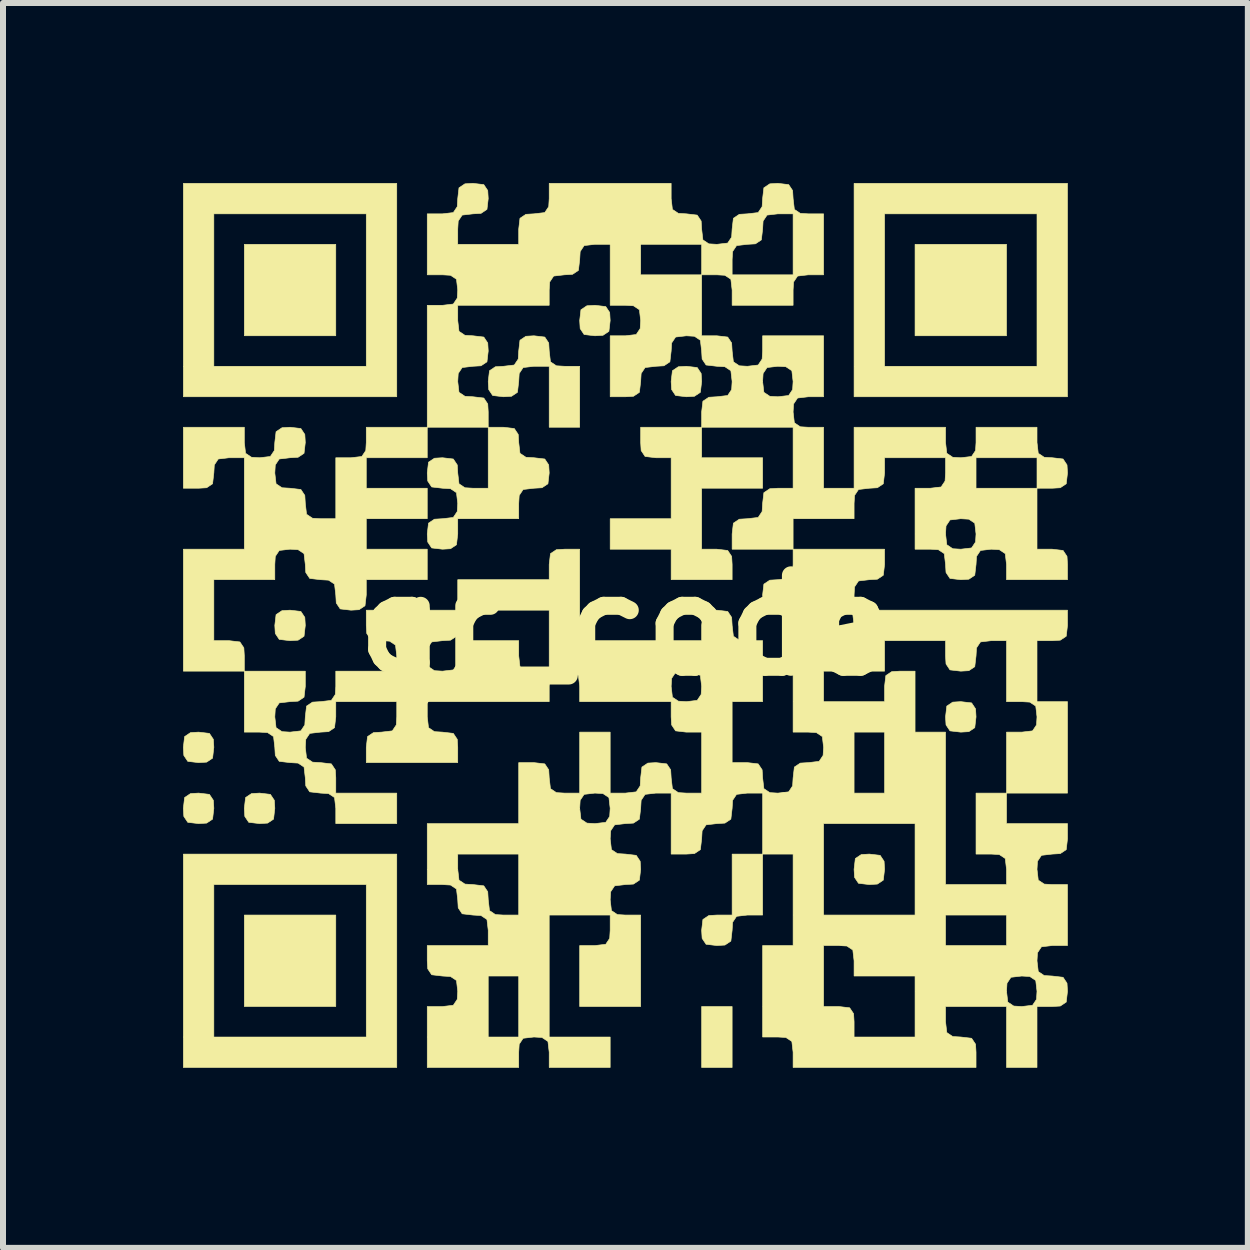
<source format=kicad_pcb>
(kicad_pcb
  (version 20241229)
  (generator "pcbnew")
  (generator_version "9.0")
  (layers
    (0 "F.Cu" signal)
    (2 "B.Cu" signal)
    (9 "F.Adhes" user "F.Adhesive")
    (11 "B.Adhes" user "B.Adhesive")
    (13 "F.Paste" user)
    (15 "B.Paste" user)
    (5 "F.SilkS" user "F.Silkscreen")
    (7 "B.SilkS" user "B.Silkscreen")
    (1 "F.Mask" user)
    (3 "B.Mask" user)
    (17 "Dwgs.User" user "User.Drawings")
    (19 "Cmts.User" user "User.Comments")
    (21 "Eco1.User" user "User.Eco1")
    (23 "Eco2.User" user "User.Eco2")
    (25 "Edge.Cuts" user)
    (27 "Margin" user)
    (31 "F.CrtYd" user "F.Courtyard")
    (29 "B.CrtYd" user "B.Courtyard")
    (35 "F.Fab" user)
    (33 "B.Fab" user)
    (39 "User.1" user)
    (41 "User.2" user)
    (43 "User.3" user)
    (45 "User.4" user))
  (footprint "qr_code"
    (layer "F.Cu")
    (at 7.371 7.371)
    (property "Reference" "qr_code" (at 0 0 0) (layer "F.SilkS") (effects (font (size 1.524 1.524) (thickness 0.3))))
    (attr through_hole)
    (fp_poly (pts (xy -4.826 -4.826) (xy -6.35 -4.826) (xy -6.35 -6.35) (xy -4.826 -6.35) (xy -4.826 -4.826)) (stroke (width 0.01) (type solid)) (fill yes) (layer "F.SilkS"))
    (fp_poly (pts (xy -4.826 6.35) (xy -6.35 6.35) (xy -6.35 4.826) (xy -4.826 4.826) (xy -4.826 6.35)) (stroke (width 0.01) (type solid)) (fill yes) (layer "F.SilkS"))
    (fp_poly (pts (xy 1.778 7.366) (xy 1.27 7.366) (xy 1.27 6.35) (xy 1.778 6.35) (xy 1.778 7.366)) (stroke (width 0.01) (type solid)) (fill yes) (layer "F.SilkS"))
    (fp_poly (pts (xy 6.35 -4.826) (xy 4.826 -4.826) (xy 4.826 -6.35) (xy 6.35 -6.35) (xy 6.35 -4.826)) (stroke (width 0.01) (type solid)) (fill yes) (layer "F.SilkS"))
    (fp_poly (pts (xy -3.81 -3.81) (xy -7.366 -3.81) (xy -7.366 -6.858) (xy -6.858 -6.858) (xy -6.858 -4.318) (xy -4.318 -4.318) (xy -4.318 -6.858) (xy -6.858 -6.858) (xy -7.366 -6.858) (xy -7.366 -7.366) (xy -3.81 -7.366) (xy -3.81 -3.81)) (stroke (width 0.01) (type solid)) (fill yes) (layer "F.SilkS"))
    (fp_poly (pts (xy -3.81 7.366) (xy -7.366 7.366) (xy -7.366 4.318) (xy -6.858 4.318) (xy -6.858 6.858) (xy -4.318 6.858) (xy -4.318 4.318) (xy -6.858 4.318) (xy -7.366 4.318) (xy -7.366 3.81) (xy -3.81 3.81) (xy -3.81 7.366)) (stroke (width 0.01) (type solid)) (fill yes) (layer "F.SilkS"))
    (fp_poly (pts (xy 7.366 -3.81) (xy 3.81 -3.81) (xy 3.81 -6.858) (xy 4.318 -6.858) (xy 4.318 -4.318) (xy 6.858 -4.318) (xy 6.858 -6.858) (xy 4.318 -6.858) (xy 3.81 -6.858) (xy 3.81 -7.366) (xy 7.366 -7.366) (xy 7.366 -3.81)) (stroke (width 0.01) (type solid)) (fill yes) (layer "F.SilkS"))
    (fp_poly (pts (xy -6.932 1.799) (xy -6.866 1.898) (xy -6.858 2.032) (xy -6.879 2.212) (xy -6.978 2.278) (xy -7.112 2.286) (xy -7.292 2.265) (xy -7.358 2.166) (xy -7.366 2.032) (xy -7.345 1.852) (xy -7.246 1.786) (xy -7.112 1.778) (xy -6.932 1.799)) (stroke (width 0.01) (type solid)) (fill yes) (layer "F.SilkS"))
    (fp_poly (pts (xy -6.932 2.815) (xy -6.866 2.914) (xy -6.858 3.048) (xy -6.879 3.228) (xy -6.978 3.294) (xy -7.112 3.302) (xy -7.292 3.281) (xy -7.358 3.182) (xy -7.366 3.048) (xy -7.345 2.868) (xy -7.246 2.802) (xy -7.112 2.794) (xy -6.932 2.815)) (stroke (width 0.01) (type solid)) (fill yes) (layer "F.SilkS"))
    (fp_poly (pts (xy -5.916 2.815) (xy -5.85 2.914) (xy -5.842 3.048) (xy -5.863 3.228) (xy -5.962 3.294) (xy -6.096 3.302) (xy -6.276 3.281) (xy -6.342 3.182) (xy -6.35 3.048) (xy -6.329 2.868) (xy -6.23 2.802) (xy -6.096 2.794) (xy -5.916 2.815)) (stroke (width 0.01) (type solid)) (fill yes) (layer "F.SilkS"))
    (fp_poly (pts (xy -5.408 -0.233) (xy -5.342 -0.134) (xy -5.334 0) (xy -5.355 0.18) (xy -5.454 0.246) (xy -5.588 0.254) (xy -5.768 0.233) (xy -5.834 0.134) (xy -5.842 0) (xy -5.821 -0.18) (xy -5.722 -0.246) (xy -5.588 -0.254) (xy -5.408 -0.233)) (stroke (width 0.01) (type solid)) (fill yes) (layer "F.SilkS"))
    (fp_poly (pts (xy -0.328 -5.313) (xy -0.262 -5.214) (xy -0.254 -5.08) (xy -0.275 -4.9) (xy -0.374 -4.834) (xy -0.508 -4.826) (xy -0.688 -4.847) (xy -0.754 -4.946) (xy -0.762 -5.08) (xy -0.741 -5.26) (xy -0.642 -5.326) (xy -0.508 -5.334) (xy -0.328 -5.313)) (stroke (width 0.01) (type solid)) (fill yes) (layer "F.SilkS"))
    (fp_poly (pts (xy 1.196 -4.297) (xy 1.262 -4.198) (xy 1.27 -4.064) (xy 1.249 -3.884) (xy 1.15 -3.818) (xy 1.016 -3.81) (xy 0.836 -3.831) (xy 0.77 -3.93) (xy 0.762 -4.064) (xy 0.783 -4.244) (xy 0.882 -4.31) (xy 1.016 -4.318) (xy 1.196 -4.297)) (stroke (width 0.01) (type solid)) (fill yes) (layer "F.SilkS"))
    (fp_poly (pts (xy 4.244 3.831) (xy 4.31 3.93) (xy 4.318 4.064) (xy 4.297 4.244) (xy 4.198 4.31) (xy 4.064 4.318) (xy 3.884 4.297) (xy 3.818 4.198) (xy 3.81 4.064) (xy 3.831 3.884) (xy 3.93 3.818) (xy 4.064 3.81) (xy 4.244 3.831)) (stroke (width 0.01) (type solid)) (fill yes) (layer "F.SilkS"))
    (fp_poly (pts (xy 5.768 1.291) (xy 5.834 1.39) (xy 5.842 1.524) (xy 5.821 1.704) (xy 5.722 1.77) (xy 5.588 1.778) (xy 5.408 1.757) (xy 5.342 1.658) (xy 5.334 1.524) (xy 5.355 1.344) (xy 5.454 1.278) (xy 5.588 1.27) (xy 5.768 1.291)) (stroke (width 0.01) (type solid)) (fill yes) (layer "F.SilkS"))
    (fp_poly (pts (xy 2.286 4.826) (xy 2.032 4.826) (xy 1.852 4.847) (xy 1.786 4.946) (xy 1.778 5.08) (xy 1.757 5.26) (xy 1.658 5.326) (xy 1.524 5.334) (xy 1.344 5.313) (xy 1.278 5.214) (xy 1.27 5.08) (xy 1.291 4.9) (xy 1.39 4.834) (xy 1.524 4.826) (xy 1.778 4.826) (xy 1.778 3.81) (xy 2.286 3.81) (xy 2.286 4.826)) (stroke (width 0.01) (type solid)) (fill yes) (layer "F.SilkS"))
    (fp_poly (pts (xy 1.27 -2.794) (xy 2.286 -2.794) (xy 2.286 -2.286) (xy 1.27 -2.286) (xy 1.27 -1.27) (xy 1.524 -1.27) (xy 1.704 -1.249) (xy 1.77 -1.15) (xy 1.778 -1.016) (xy 1.778 -0.762) (xy 0.762 -0.762) (xy 0.762 -1.27) (xy -0.254 -1.27) (xy -0.254 -1.778) (xy 0.762 -1.778) (xy 0.762 -2.794) (xy 0.508 -2.794) (xy 0.328 -2.815) (xy 0.262 -2.914) (xy 0.254 -3.048) (xy 0.254 -3.302) (xy 1.27 -3.302) (xy 1.27 -2.794)) (stroke (width 0.01) (type solid)) (fill yes) (layer "F.SilkS"))
    (fp_poly (pts (xy -1.344 -4.805) (xy -1.278 -4.706) (xy -1.27 -4.572) (xy -1.249 -4.392) (xy -1.15 -4.326) (xy -1.016 -4.318) (xy -0.762 -4.318) (xy -0.762 -3.302) (xy -1.27 -3.302) (xy -1.27 -4.318) (xy -1.524 -4.318) (xy -1.704 -4.297) (xy -1.77 -4.198) (xy -1.778 -4.064) (xy -1.799 -3.884) (xy -1.898 -3.818) (xy -2.032 -3.81) (xy -2.212 -3.831) (xy -2.278 -3.93) (xy -2.286 -4.064) (xy -2.265 -4.244) (xy -2.166 -4.31) (xy -2.032 -4.318) (xy -1.852 -4.339) (xy -1.786 -4.438) (xy -1.778 -4.572) (xy -1.757 -4.752) (xy -1.658 -4.818) (xy -1.524 -4.826) (xy -1.344 -4.805)) (stroke (width 0.01) (type solid)) (fill yes) (layer "F.SilkS"))
    (fp_poly (pts (xy -1.852 -3.281) (xy -1.786 -3.182) (xy -1.778 -3.048) (xy -1.757 -2.868) (xy -1.658 -2.802) (xy -1.524 -2.794) (xy -1.344 -2.773) (xy -1.278 -2.674) (xy -1.27 -2.54) (xy -1.291 -2.36) (xy -1.39 -2.294) (xy -1.524 -2.286) (xy -1.704 -2.265) (xy -1.77 -2.166) (xy -1.778 -2.032) (xy -1.778 -1.778) (xy -2.794 -1.778) (xy -2.794 -1.524) (xy -2.815 -1.344) (xy -2.914 -1.278) (xy -3.048 -1.27) (xy -3.228 -1.291) (xy -3.294 -1.39) (xy -3.302 -1.524) (xy -3.281 -1.704) (xy -3.182 -1.77) (xy -3.048 -1.778) (xy -2.868 -1.799) (xy -2.802 -1.898) (xy -2.794 -2.032) (xy -2.815 -2.212) (xy -2.914 -2.278) (xy -3.048 -2.286) (xy -3.228 -2.307) (xy -3.294 -2.406) (xy -3.302 -2.54) (xy -3.281 -2.72) (xy -3.182 -2.786) (xy -3.048 -2.794) (xy -2.868 -2.773) (xy -2.802 -2.674) (xy -2.794 -2.54) (xy -2.773 -2.36) (xy -2.674 -2.294) (xy -2.54 -2.286) (xy -2.286 -2.286) (xy -2.286 -3.302) (xy -2.032 -3.302) (xy -1.852 -3.281)) (stroke (width 0.01) (type solid)) (fill yes) (layer "F.SilkS"))
    (fp_poly (pts (xy 2.286 2.794) (xy 2.032 2.794) (xy 1.852 2.815) (xy 1.786 2.914) (xy 1.778 3.048) (xy 1.757 3.228) (xy 1.658 3.294) (xy 1.524 3.302) (xy 1.344 3.323) (xy 1.278 3.422) (xy 1.27 3.556) (xy 1.249 3.736) (xy 1.15 3.802) (xy 1.016 3.81) (xy 0.762 3.81) (xy 0.762 2.794) (xy 0.508 2.794) (xy 0.328 2.815) (xy 0.262 2.914) (xy 0.254 3.048) (xy 0.233 3.228) (xy 0.134 3.294) (xy 0 3.302) (xy -0.18 3.323) (xy -0.246 3.422) (xy -0.254 3.556) (xy -0.233 3.736) (xy -0.134 3.802) (xy 0 3.81) (xy 0.18 3.831) (xy 0.246 3.93) (xy 0.254 4.064) (xy 0.233 4.244) (xy 0.134 4.31) (xy 0 4.318) (xy -0.18 4.339) (xy -0.246 4.438) (xy -0.254 4.572) (xy -0.233 4.752) (xy -0.134 4.818) (xy 0 4.826) (xy 0.254 4.826) (xy 0.254 6.35) (xy -0.762 6.35) (xy -0.762 5.334) (xy -0.508 5.334) (xy -0.328 5.313) (xy -0.262 5.214) (xy -0.254 5.08) (xy -0.254 4.826) (xy -1.27 4.826) (xy -1.27 6.858) (xy -0.254 6.858) (xy -0.254 7.366) (xy -1.27 7.366) (xy -1.27 7.112) (xy -1.291 6.932) (xy -1.39 6.866) (xy -1.524 6.858) (xy -1.704 6.879) (xy -1.77 6.978) (xy -1.778 7.112) (xy -1.778 7.366) (xy -3.302 7.366) (xy -3.302 6.35) (xy -3.048 6.35) (xy -2.868 6.329) (xy -2.802 6.23) (xy -2.794 6.096) (xy -2.815 5.916) (xy -2.914 5.85) (xy -3.048 5.842) (xy -2.286 5.842) (xy -2.286 6.858) (xy -1.778 6.858) (xy -1.778 5.842) (xy -2.286 5.842) (xy -3.048 5.842) (xy -3.228 5.821) (xy -3.294 5.722) (xy -3.302 5.588) (xy -3.302 5.334) (xy -2.286 5.334) (xy -2.286 5.08) (xy -2.307 4.9) (xy -2.406 4.834) (xy -2.54 4.826) (xy -2.72 4.805) (xy -2.786 4.706) (xy -2.794 4.572) (xy -2.815 4.392) (xy -2.914 4.326) (xy -3.048 4.318) (xy -3.302 4.318) (xy -3.302 3.81) (xy -2.794 3.81) (xy -2.794 4.064) (xy -2.773 4.244) (xy -2.674 4.31) (xy -2.54 4.318) (xy -2.36 4.339) (xy -2.294 4.438) (xy -2.286 4.572) (xy -2.265 4.752) (xy -2.166 4.818) (xy -2.032 4.826) (xy -1.778 4.826) (xy -1.778 3.81) (xy -2.794 3.81) (xy -3.302 3.81) (xy -3.302 3.302) (xy -1.778 3.302) (xy -1.778 3.048) (xy -0.762 3.048) (xy -0.741 3.228) (xy -0.642 3.294) (xy -0.508 3.302) (xy -0.328 3.281) (xy -0.262 3.182) (xy -0.254 3.048) (xy -0.275 2.868) (xy -0.374 2.802) (xy -0.508 2.794) (xy -0.688 2.815) (xy -0.754 2.914) (xy -0.762 3.048) (xy -1.778 3.048) (xy -1.778 2.286) (xy -1.524 2.286) (xy -1.344 2.307) (xy -1.278 2.406) (xy -1.27 2.54) (xy -1.249 2.72) (xy -1.15 2.786) (xy -1.016 2.794) (xy -0.762 2.794) (xy -0.762 1.778) (xy -0.254 1.778) (xy -0.254 2.794) (xy 0 2.794) (xy 0.18 2.773) (xy 0.246 2.674) (xy 0.254 2.54) (xy 0.275 2.36) (xy 0.374 2.294) (xy 0.508 2.286) (xy 0.688 2.307) (xy 0.754 2.406) (xy 0.762 2.54) (xy 0.783 2.72) (xy 0.882 2.786) (xy 1.016 2.794) (xy 1.27 2.794) (xy 1.27 1.778) (xy 1.016 1.778) (xy 0.836 1.757) (xy 0.77 1.658) (xy 0.762 1.524) (xy 0.762 1.27) (xy -0.762 1.27) (xy -0.762 1.016) (xy 0.762 1.016) (xy 0.783 1.196) (xy 0.882 1.262) (xy 1.016 1.27) (xy 1.196 1.249) (xy 1.262 1.15) (xy 1.27 1.016) (xy 1.249 0.836) (xy 1.15 0.77) (xy 1.016 0.762) (xy 0.836 0.783) (xy 0.77 0.882) (xy 0.762 1.016) (xy -0.762 1.016) (xy -0.783 0.836) (xy -0.882 0.77) (xy -1.016 0.762) (xy -1.196 0.783) (xy -1.262 0.882) (xy -1.27 1.016) (xy -1.27 1.27) (xy -3.302 1.27) (xy -3.302 1.524) (xy -3.281 1.704) (xy -3.182 1.77) (xy -3.048 1.778) (xy -2.868 1.799) (xy -2.802 1.898) (xy -2.794 2.032) (xy -2.794 2.286) (xy -4.318 2.286) (xy -4.318 2.032) (xy -4.297 1.852) (xy -4.198 1.786) (xy -4.064 1.778) (xy -3.884 1.757) (xy -3.818 1.658) (xy -3.81 1.524) (xy -3.81 1.27) (xy -4.826 1.27) (xy -4.826 1.524) (xy -4.847 1.704) (xy -4.946 1.77) (xy -5.08 1.778) (xy -5.26 1.799) (xy -5.326 1.898) (xy -5.334 2.032) (xy -5.313 2.212) (xy -5.214 2.278) (xy -5.08 2.286) (xy -4.9 2.307) (xy -4.834 2.406) (xy -4.826 2.54) (xy -4.826 2.794) (xy -3.81 2.794) (xy -3.81 3.302) (xy -4.826 3.302) (xy -4.826 3.048) (xy -4.847 2.868) (xy -4.946 2.802) (xy -5.08 2.794) (xy -5.26 2.773) (xy -5.326 2.674) (xy -5.334 2.54) (xy -5.355 2.36) (xy -5.454 2.294) (xy -5.588 2.286) (xy -5.768 2.265) (xy -5.834 2.166) (xy -5.842 2.032) (xy -5.863 1.852) (xy -5.962 1.786) (xy -6.096 1.778) (xy -6.35 1.778) (xy -6.35 0.762) (xy -7.366 0.762) (xy -7.366 -0.762) (xy -6.858 -0.762) (xy -6.858 0.254) (xy -6.604 0.254) (xy -6.424 0.275) (xy -6.358 0.374) (xy -6.35 0.508) (xy -6.35 0.762) (xy -5.334 0.762) (xy -5.334 1.016) (xy -5.355 1.196) (xy -5.454 1.262) (xy -5.588 1.27) (xy -5.768 1.291) (xy -5.834 1.39) (xy -5.842 1.524) (xy -5.821 1.704) (xy -5.722 1.77) (xy -5.588 1.778) (xy -5.408 1.757) (xy -5.342 1.658) (xy -5.334 1.524) (xy -5.313 1.344) (xy -5.214 1.278) (xy -5.08 1.27) (xy -4.9 1.249) (xy -4.834 1.15) (xy -4.826 1.016) (xy -4.826 0.762) (xy -3.81 0.762) (xy -3.81 0.508) (xy -3.302 0.508) (xy -3.281 0.688) (xy -3.182 0.754) (xy -3.048 0.762) (xy -2.868 0.741) (xy -2.802 0.642) (xy -2.794 0.508) (xy -2.794 0.254) (xy -1.778 0.254) (xy -1.778 0.508) (xy -1.757 0.688) (xy -1.658 0.754) (xy -1.524 0.762) (xy -1.27 0.762) (xy -1.27 -0.254) (xy -2.794 -0.254) (xy -2.794 0) (xy -2.815 0.18) (xy -2.914 0.246) (xy -3.048 0.254) (xy -3.228 0.275) (xy -3.294 0.374) (xy -3.302 0.508) (xy -3.81 0.508) (xy -3.831 0.328) (xy -3.93 0.262) (xy -4.064 0.254) (xy -4.244 0.233) (xy -4.31 0.134) (xy -4.318 0) (xy -4.318 -0.254) (xy -2.794 -0.254) (xy -2.794 -0.762) (xy -1.27 -0.762) (xy -1.27 -1.016) (xy -1.249 -1.196) (xy -1.15 -1.262) (xy -1.016 -1.27) (xy -0.762 -1.27) (xy -0.762 0.254) (xy 1.27 0.254) (xy 1.27 0) (xy 1.291 -0.18) (xy 1.39 -0.246) (xy 1.524 -0.254) (xy 1.704 -0.233) (xy 1.77 -0.134) (xy 1.778 0) (xy 1.799 0.18) (xy 1.898 0.246) (xy 2.032 0.254) (xy 2.286 0.254) (xy 2.286 1.27) (xy 1.778 1.27) (xy 1.778 2.286) (xy 2.032 2.286) (xy 2.212 2.307) (xy 2.278 2.406) (xy 2.286 2.54) (xy 2.307 2.72) (xy 2.406 2.786) (xy 2.54 2.794) (xy 2.72 2.773) (xy 2.786 2.674) (xy 2.794 2.54) (xy 2.815 2.36) (xy 2.914 2.294) (xy 3.048 2.286) (xy 3.228 2.265) (xy 3.294 2.166) (xy 3.302 2.032) (xy 3.281 1.852) (xy 3.182 1.786) (xy 3.048 1.778) (xy 3.81 1.778) (xy 3.81 2.794) (xy 4.318 2.794) (xy 4.318 1.778) (xy 3.81 1.778) (xy 3.048 1.778) (xy 2.794 1.778) (xy 2.794 0.762) (xy 3.302 0.762) (xy 3.302 1.27) (xy 4.318 1.27) (xy 4.318 1.016) (xy 4.339 0.836) (xy 4.438 0.77) (xy 4.572 0.762) (xy 4.826 0.762) (xy 4.826 1.778) (xy 5.334 1.778) (xy 5.334 4.318) (xy 6.35 4.318) (xy 6.35 4.064) (xy 6.329 3.884) (xy 6.23 3.818) (xy 6.096 3.81) (xy 5.842 3.81) (xy 5.842 2.794) (xy 6.35 2.794) (xy 6.35 1.778) (xy 6.604 1.778) (xy 6.784 1.757) (xy 6.85 1.658) (xy 6.858 1.524) (xy 6.837 1.344) (xy 6.738 1.278) (xy 6.604 1.27) (xy 6.35 1.27) (xy 6.35 0.254) (xy 6.096 0.254) (xy 5.916 0.275) (xy 5.85 0.374) (xy 5.842 0.508) (xy 5.821 0.688) (xy 5.722 0.754) (xy 5.588 0.762) (xy 5.408 0.741) (xy 5.342 0.642) (xy 5.334 0.508) (xy 5.334 0.254) (xy 4.318 0.254) (xy 4.318 0.762) (xy 3.302 0.762) (xy 2.794 0.762) (xy 2.794 0) (xy 3.302 0) (xy 3.323 0.18) (xy 3.422 0.246) (xy 3.556 0.254) (xy 3.736 0.233) (xy 3.802 0.134) (xy 3.81 0) (xy 3.789 -0.18) (xy 3.69 -0.246) (xy 3.556 -0.254) (xy 3.376 -0.233) (xy 3.31 -0.134) (xy 3.302 0) (xy 2.794 0) (xy 2.794 -0.254) (xy 2.54 -0.254) (xy 2.36 -0.275) (xy 2.294 -0.374) (xy 2.286 -0.508) (xy 2.307 -0.688) (xy 2.406 -0.754) (xy 2.54 -0.762) (xy 2.72 -0.783) (xy 2.786 -0.882) (xy 2.794 -1.016) (xy 2.794 -1.27) (xy 1.778 -1.27) (xy 1.778 -1.524) (xy 1.799 -1.704) (xy 1.898 -1.77) (xy 2.032 -1.778) (xy 2.212 -1.799) (xy 2.278 -1.898) (xy 2.286 -2.032) (xy 2.307 -2.212) (xy 2.406 -2.278) (xy 2.54 -2.286) (xy 2.794 -2.286) (xy 2.794 -3.302) (xy 1.27 -3.302) (xy 1.27 -3.556) (xy 1.291 -3.736) (xy 1.39 -3.802) (xy 1.524 -3.81) (xy 1.704 -3.831) (xy 1.77 -3.93) (xy 1.778 -4.064) (xy 2.286 -4.064) (xy 2.307 -3.884) (xy 2.406 -3.818) (xy 2.54 -3.81) (xy 2.72 -3.831) (xy 2.786 -3.93) (xy 2.794 -4.064) (xy 2.773 -4.244) (xy 2.674 -4.31) (xy 2.54 -4.318) (xy 2.36 -4.297) (xy 2.294 -4.198) (xy 2.286 -4.064) (xy 1.778 -4.064) (xy 1.757 -4.244) (xy 1.658 -4.31) (xy 1.524 -4.318) (xy 1.344 -4.339) (xy 1.278 -4.438) (xy 1.27 -4.572) (xy 1.249 -4.752) (xy 1.15 -4.818) (xy 1.016 -4.826) (xy 0.836 -4.805) (xy 0.77 -4.706) (xy 0.762 -4.572) (xy 0.741 -4.392) (xy 0.642 -4.326) (xy 0.508 -4.318) (xy 0.328 -4.297) (xy 0.262 -4.198) (xy 0.254 -4.064) (xy 0.233 -3.884) (xy 0.134 -3.818) (xy 0 -3.81) (xy -0.254 -3.81) (xy -0.254 -4.826) (xy 0 -4.826) (xy 0.18 -4.847) (xy 0.246 -4.946) (xy 0.254 -5.08) (xy 0.233 -5.26) (xy 0.134 -5.326) (xy 0 -5.334) (xy -0.254 -5.334) (xy -0.254 -6.35) (xy 0.254 -6.35) (xy 0.254 -5.842) (xy 1.27 -5.842) (xy 1.27 -6.096) (xy 1.778 -6.096) (xy 1.778 -5.842) (xy 2.794 -5.842) (xy 2.794 -6.858) (xy 2.54 -6.858) (xy 2.36 -6.837) (xy 2.294 -6.738) (xy 2.286 -6.604) (xy 2.265 -6.424) (xy 2.166 -6.358) (xy 2.032 -6.35) (xy 1.852 -6.329) (xy 1.786 -6.23) (xy 1.778 -6.096) (xy 1.27 -6.096) (xy 1.27 -6.35) (xy 0.254 -6.35) (xy -0.254 -6.35) (xy -0.508 -6.35) (xy -0.688 -6.329) (xy -0.754 -6.23) (xy -0.762 -6.096) (xy -0.783 -5.916) (xy -0.882 -5.85) (xy -1.016 -5.842) (xy -1.196 -5.821) (xy -1.262 -5.722) (xy -1.27 -5.588) (xy -1.27 -5.334) (xy -2.794 -5.334) (xy -2.794 -5.08) (xy -2.773 -4.9) (xy -2.674 -4.834) (xy -2.54 -4.826) (xy -2.36 -4.805) (xy -2.294 -4.706) (xy -2.286 -4.572) (xy -2.307 -4.392) (xy -2.406 -4.326) (xy -2.54 -4.318) (xy -2.72 -4.297) (xy -2.786 -4.198) (xy -2.794 -4.064) (xy -2.773 -3.884) (xy -2.674 -3.818) (xy -2.54 -3.81) (xy -2.36 -3.789) (xy -2.294 -3.69) (xy -2.286 -3.556) (xy -2.286 -3.302) (xy -3.302 -3.302) (xy -3.302 -2.794) (xy -4.318 -2.794) (xy -4.318 -2.286) (xy -3.302 -2.286) (xy -3.302 -1.778) (xy -4.318 -1.778) (xy -4.318 -1.27) (xy -3.302 -1.27) (xy -3.302 -0.762) (xy -4.318 -0.762) (xy -4.318 -0.508) (xy -4.339 -0.328) (xy -4.438 -0.262) (xy -4.572 -0.254) (xy -4.752 -0.275) (xy -4.818 -0.374) (xy -4.826 -0.508) (xy -4.847 -0.688) (xy -4.946 -0.754) (xy -5.08 -0.762) (xy -5.26 -0.783) (xy -5.326 -0.882) (xy -5.334 -1.016) (xy -5.355 -1.196) (xy -5.454 -1.262) (xy -5.588 -1.27) (xy -5.768 -1.249) (xy -5.834 -1.15) (xy -5.842 -1.016) (xy -5.842 -0.762) (xy -6.858 -0.762) (xy -7.366 -0.762) (xy -7.366 -1.27) (xy -6.35 -1.27) (xy -6.35 -2.794) (xy -6.604 -2.794) (xy -6.784 -2.773) (xy -6.85 -2.674) (xy -6.858 -2.54) (xy -6.879 -2.36) (xy -6.978 -2.294) (xy -7.112 -2.286) (xy -7.366 -2.286) (xy -7.366 -3.302) (xy -6.35 -3.302) (xy -6.35 -3.048) (xy -6.329 -2.868) (xy -6.23 -2.802) (xy -6.096 -2.794) (xy -5.916 -2.815) (xy -5.85 -2.914) (xy -5.842 -3.048) (xy -5.821 -3.228) (xy -5.722 -3.294) (xy -5.588 -3.302) (xy -5.408 -3.281) (xy -5.342 -3.182) (xy -5.334 -3.048) (xy -5.355 -2.868) (xy -5.454 -2.802) (xy -5.588 -2.794) (xy -5.768 -2.773) (xy -5.834 -2.674) (xy -5.842 -2.54) (xy -5.821 -2.36) (xy -5.722 -2.294) (xy -5.588 -2.286) (xy -5.408 -2.265) (xy -5.342 -2.166) (xy -5.334 -2.032) (xy -5.313 -1.852) (xy -5.214 -1.786) (xy -5.08 -1.778) (xy -4.826 -1.778) (xy -4.826 -2.794) (xy -4.572 -2.794) (xy -4.392 -2.815) (xy -4.326 -2.914) (xy -4.318 -3.048) (xy -4.318 -3.302) (xy -3.302 -3.302) (xy -3.302 -5.334) (xy -3.048 -5.334) (xy -2.868 -5.355) (xy -2.802 -5.454) (xy -2.794 -5.588) (xy -2.815 -5.768) (xy -2.914 -5.834) (xy -3.048 -5.842) (xy -3.302 -5.842) (xy -3.302 -6.858) (xy -3.048 -6.858) (xy -2.868 -6.879) (xy -2.802 -6.978) (xy -2.794 -7.112) (xy -2.773 -7.292) (xy -2.674 -7.358) (xy -2.54 -7.366) (xy -2.36 -7.345) (xy -2.294 -7.246) (xy -2.286 -7.112) (xy -2.307 -6.932) (xy -2.406 -6.866) (xy -2.54 -6.858) (xy -2.72 -6.837) (xy -2.786 -6.738) (xy -2.794 -6.604) (xy -2.794 -6.35) (xy -1.778 -6.35) (xy -1.778 -6.604) (xy -1.757 -6.784) (xy -1.658 -6.85) (xy -1.524 -6.858) (xy -1.344 -6.879) (xy -1.278 -6.978) (xy -1.27 -7.112) (xy -1.27 -7.366) (xy 0.762 -7.366) (xy 0.762 -7.112) (xy 0.783 -6.932) (xy 0.882 -6.866) (xy 1.016 -6.858) (xy 1.196 -6.837) (xy 1.262 -6.738) (xy 1.27 -6.604) (xy 1.291 -6.424) (xy 1.39 -6.358) (xy 1.524 -6.35) (xy 1.704 -6.371) (xy 1.77 -6.47) (xy 1.778 -6.604) (xy 1.799 -6.784) (xy 1.898 -6.85) (xy 2.032 -6.858) (xy 2.212 -6.879) (xy 2.278 -6.978) (xy 2.286 -7.112) (xy 2.307 -7.292) (xy 2.406 -7.358) (xy 2.54 -7.366) (xy 2.72 -7.345) (xy 2.786 -7.246) (xy 2.794 -7.112) (xy 2.815 -6.932) (xy 2.914 -6.866) (xy 3.048 -6.858) (xy 3.302 -6.858) (xy 3.302 -5.842) (xy 3.048 -5.842) (xy 2.868 -5.821) (xy 2.802 -5.722) (xy 2.794 -5.588) (xy 2.794 -5.334) (xy 1.778 -5.334) (xy 1.778 -5.588) (xy 1.757 -5.768) (xy 1.658 -5.834) (xy 1.524 -5.842) (xy 1.27 -5.842) (xy 1.27 -4.826) (xy 1.524 -4.826) (xy 1.704 -4.805) (xy 1.77 -4.706) (xy 1.778 -4.572) (xy 1.799 -4.392) (xy 1.898 -4.326) (xy 2.032 -4.318) (xy 2.212 -4.339) (xy 2.278 -4.438) (xy 2.286 -4.572) (xy 2.286 -4.826) (xy 3.302 -4.826) (xy 3.302 -3.81) (xy 3.048 -3.81) (xy 2.868 -3.789) (xy 2.802 -3.69) (xy 2.794 -3.556) (xy 2.815 -3.376) (xy 2.914 -3.31) (xy 3.048 -3.302) (xy 3.302 -3.302) (xy 3.302 -2.286) (xy 3.81 -2.286) (xy 3.81 -3.302) (xy 5.334 -3.302) (xy 5.334 -3.048) (xy 5.355 -2.868) (xy 5.454 -2.802) (xy 5.588 -2.794) (xy 5.842 -2.794) (xy 5.842 -2.286) (xy 6.858 -2.286) (xy 6.858 -2.794) (xy 5.842 -2.794) (xy 5.588 -2.794) (xy 5.768 -2.815) (xy 5.834 -2.914) (xy 5.842 -3.048) (xy 5.842 -3.302) (xy 6.858 -3.302) (xy 6.858 -3.048) (xy 6.879 -2.868) (xy 6.978 -2.802) (xy 7.112 -2.794) (xy 7.292 -2.773) (xy 7.358 -2.674) (xy 7.366 -2.54) (xy 7.345 -2.36) (xy 7.246 -2.294) (xy 7.112 -2.286) (xy 6.858 -2.286) (xy 6.858 -1.27) (xy 7.112 -1.27) (xy 7.292 -1.249) (xy 7.358 -1.15) (xy 7.366 -1.016) (xy 7.366 -0.762) (xy 6.35 -0.762) (xy 6.35 -1.016) (xy 6.329 -1.196) (xy 6.23 -1.262) (xy 6.096 -1.27) (xy 5.916 -1.249) (xy 5.85 -1.15) (xy 5.842 -1.016) (xy 5.821 -0.836) (xy 5.722 -0.77) (xy 5.588 -0.762) (xy 5.408 -0.783) (xy 5.342 -0.882) (xy 5.334 -1.016) (xy 5.313 -1.196) (xy 5.214 -1.262) (xy 5.08 -1.27) (xy 4.826 -1.27) (xy 4.826 -1.524) (xy 5.334 -1.524) (xy 5.355 -1.344) (xy 5.454 -1.278) (xy 5.588 -1.27) (xy 5.768 -1.291) (xy 5.834 -1.39) (xy 5.842 -1.524) (xy 5.821 -1.704) (xy 5.722 -1.77) (xy 5.588 -1.778) (xy 5.408 -1.757) (xy 5.342 -1.658) (xy 5.334 -1.524) (xy 4.826 -1.524) (xy 4.826 -2.286) (xy 5.08 -2.286) (xy 5.26 -2.307) (xy 5.326 -2.406) (xy 5.334 -2.54) (xy 5.334 -2.794) (xy 4.318 -2.794) (xy 4.318 -2.54) (xy 4.297 -2.36) (xy 4.198 -2.294) (xy 4.064 -2.286) (xy 3.884 -2.265) (xy 3.818 -2.166) (xy 3.81 -2.032) (xy 3.81 -1.778) (xy 2.794 -1.778) (xy 2.794 -1.27) (xy 4.318 -1.27) (xy 4.318 -1.016) (xy 4.297 -0.836) (xy 4.198 -0.77) (xy 4.064 -0.762) (xy 3.884 -0.741) (xy 3.818 -0.642) (xy 3.81 -0.508) (xy 3.81 -0.254) (xy 7.366 -0.254) (xy 7.366 0) (xy 7.345 0.18) (xy 7.246 0.246) (xy 7.112 0.254) (xy 6.858 0.254) (xy 6.858 1.27) (xy 7.366 1.27) (xy 7.366 2.794) (xy 6.35 2.794) (xy 6.35 3.302) (xy 7.366 3.302) (xy 7.366 3.556) (xy 7.345 3.736) (xy 7.246 3.802) (xy 7.112 3.81) (xy 6.932 3.831) (xy 6.866 3.93) (xy 6.858 4.064) (xy 6.879 4.244) (xy 6.978 4.31) (xy 7.112 4.318) (xy 7.366 4.318) (xy 7.366 5.334) (xy 7.112 5.334) (xy 6.932 5.355) (xy 6.866 5.454) (xy 6.858 5.588) (xy 6.879 5.768) (xy 6.978 5.834) (xy 7.112 5.842) (xy 7.292 5.863) (xy 7.358 5.962) (xy 7.366 6.096) (xy 7.345 6.276) (xy 7.246 6.342) (xy 7.112 6.35) (xy 6.858 6.35) (xy 6.858 7.366) (xy 6.35 7.366) (xy 6.35 6.35) (xy 5.334 6.35) (xy 5.334 6.604) (xy 5.355 6.784) (xy 5.454 6.85) (xy 5.588 6.858) (xy 5.768 6.879) (xy 5.834 6.978) (xy 5.842 7.112) (xy 5.842 7.366) (xy 2.794 7.366) (xy 2.794 7.112) (xy 2.773 6.932) (xy 2.674 6.866) (xy 2.54 6.858) (xy 2.286 6.858) (xy 2.286 5.334) (xy 2.794 5.334) (xy 3.302 5.334) (xy 3.302 6.35) (xy 3.556 6.35) (xy 3.736 6.371) (xy 3.802 6.47) (xy 3.81 6.604) (xy 3.81 6.858) (xy 4.826 6.858) (xy 4.826 6.096) (xy 6.35 6.096) (xy 6.371 6.276) (xy 6.47 6.342) (xy 6.604 6.35) (xy 6.784 6.329) (xy 6.85 6.23) (xy 6.858 6.096) (xy 6.837 5.916) (xy 6.738 5.85) (xy 6.604 5.842) (xy 6.424 5.863) (xy 6.358 5.962) (xy 6.35 6.096) (xy 4.826 6.096) (xy 4.826 5.842) (xy 3.81 5.842) (xy 3.81 5.588) (xy 3.789 5.408) (xy 3.69 5.342) (xy 3.556 5.334) (xy 3.302 5.334) (xy 2.794 5.334) (xy 2.794 3.81) (xy 2.286 3.81) (xy 2.286 3.302) (xy 3.302 3.302) (xy 3.302 4.826) (xy 4.826 4.826) (xy 5.334 4.826) (xy 5.334 5.334) (xy 6.35 5.334) (xy 6.35 4.826) (xy 5.334 4.826) (xy 4.826 4.826) (xy 4.826 3.302) (xy 3.302 3.302) (xy 2.286 3.302) (xy 2.286 2.794)) (stroke (width 0.01) (type solid)) (fill yes) (layer "F.SilkS")))
  (gr_rect
    (start -3 -3)
    (end 17.742 17.742)
    (stroke (width 0.1) (type default))
    (fill no)
    (layer "Edge.Cuts")))
</source>
